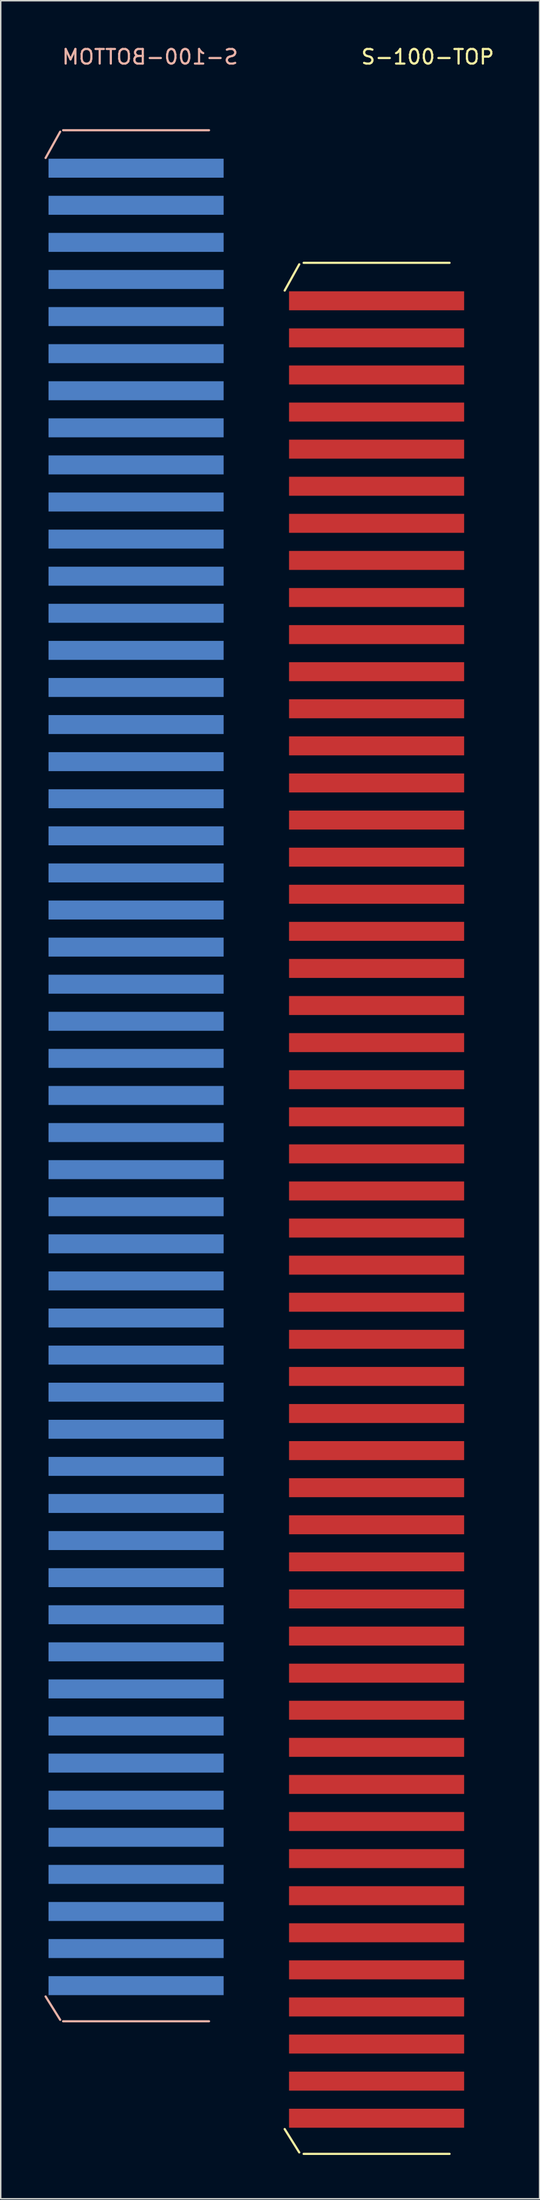
<source format=kicad_pcb>
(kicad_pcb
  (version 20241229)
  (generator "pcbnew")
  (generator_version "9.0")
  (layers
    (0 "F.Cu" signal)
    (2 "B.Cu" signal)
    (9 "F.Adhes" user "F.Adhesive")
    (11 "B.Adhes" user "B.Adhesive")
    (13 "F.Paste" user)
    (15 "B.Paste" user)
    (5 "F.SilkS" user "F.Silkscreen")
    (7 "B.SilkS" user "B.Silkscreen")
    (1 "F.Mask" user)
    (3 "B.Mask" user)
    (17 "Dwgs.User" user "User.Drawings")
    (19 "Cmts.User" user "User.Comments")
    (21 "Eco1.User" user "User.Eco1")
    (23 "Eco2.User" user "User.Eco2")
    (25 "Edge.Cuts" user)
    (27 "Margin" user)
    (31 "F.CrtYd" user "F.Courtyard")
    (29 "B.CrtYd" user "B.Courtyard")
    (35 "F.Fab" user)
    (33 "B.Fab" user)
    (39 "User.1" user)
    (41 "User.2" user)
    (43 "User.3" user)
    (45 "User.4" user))
  (footprint "S-100-TOP"
    (layer "F.Cu")
    (at 22.759 17.548)
    (property "Reference" "S-100-TOP" (at 3.5 -16.7 0) (layer "F.SilkS") (effects (font (size 1 1) (thickness 0.15))))
    (attr through_hole)
    (fp_line (start -5.3 -2.5) (end -6.3 -0.7) (stroke (width 0.15) (type solid)) (layer "F.SilkS"))
    (fp_line (start -5.3 126.8) (end -6.3 125.2) (stroke (width 0.15) (type solid)) (layer "F.SilkS"))
    (fp_line (start -5 -2.6) (end 5 -2.6) (stroke (width 0.15) (type solid)) (layer "F.SilkS"))
    (fp_line (start -5 126.9) (end 5 126.9) (stroke (width 0.15) (type solid)) (layer "F.SilkS"))
    (pad "1" smd rect (at 0 0) (size 12 1.3) (layers "F.Cu" "F.Mask" "F.Paste"))
    (pad "2" smd rect (at 0 2.54) (size 12 1.3) (layers "F.Cu" "F.Mask" "F.Paste"))
    (pad "3" smd rect (at 0 5.08) (size 12 1.3) (layers "F.Cu" "F.Mask" "F.Paste"))
    (pad "4" smd rect (at 0 7.62) (size 12 1.3) (layers "F.Cu" "F.Mask" "F.Paste"))
    (pad "5" smd rect (at 0 10.16) (size 12 1.3) (layers "F.Cu" "F.Mask" "F.Paste"))
    (pad "6" smd rect (at 0 12.7) (size 12 1.3) (layers "F.Cu" "F.Mask" "F.Paste"))
    (pad "7" smd rect (at 0 15.24) (size 12 1.3) (layers "F.Cu" "F.Mask" "F.Paste"))
    (pad "8" smd rect (at 0 17.78) (size 12 1.3) (layers "F.Cu" "F.Mask" "F.Paste"))
    (pad "9" smd rect (at 0 20.32) (size 12 1.3) (layers "F.Cu" "F.Mask" "F.Paste"))
    (pad "10" smd rect (at 0 22.86) (size 12 1.3) (layers "F.Cu" "F.Mask" "F.Paste"))
    (pad "11" smd rect (at 0 25.4) (size 12 1.3) (layers "F.Cu" "F.Mask" "F.Paste"))
    (pad "12" smd rect (at 0 27.94) (size 12 1.3) (layers "F.Cu" "F.Mask" "F.Paste"))
    (pad "13" smd rect (at 0 30.48) (size 12 1.3) (layers "F.Cu" "F.Mask" "F.Paste"))
    (pad "14" smd rect (at 0 33.02) (size 12 1.3) (layers "F.Cu" "F.Mask" "F.Paste"))
    (pad "15" smd rect (at 0 35.56) (size 12 1.3) (layers "F.Cu" "F.Mask" "F.Paste"))
    (pad "16" smd rect (at 0 38.1) (size 12 1.3) (layers "F.Cu" "F.Mask" "F.Paste"))
    (pad "17" smd rect (at 0 40.64) (size 12 1.3) (layers "F.Cu" "F.Mask" "F.Paste"))
    (pad "18" smd rect (at 0 43.18) (size 12 1.3) (layers "F.Cu" "F.Mask" "F.Paste"))
    (pad "19" smd rect (at 0 45.72) (size 12 1.3) (layers "F.Cu" "F.Mask" "F.Paste"))
    (pad "20" smd rect (at 0 48.26) (size 12 1.3) (layers "F.Cu" "F.Mask" "F.Paste"))
    (pad "21" smd rect (at 0 50.8) (size 12 1.3) (layers "F.Cu" "F.Mask" "F.Paste"))
    (pad "22" smd rect (at 0 53.34) (size 12 1.3) (layers "F.Cu" "F.Mask" "F.Paste"))
    (pad "23" smd rect (at 0 55.88) (size 12 1.3) (layers "F.Cu" "F.Mask" "F.Paste"))
    (pad "24" smd rect (at 0 58.42) (size 12 1.3) (layers "F.Cu" "F.Mask" "F.Paste"))
    (pad "25" smd rect (at 0 60.96) (size 12 1.3) (layers "F.Cu" "F.Mask" "F.Paste"))
    (pad "26" smd rect (at 0 63.5) (size 12 1.3) (layers "F.Cu" "F.Mask" "F.Paste"))
    (pad "27" smd rect (at 0 66.04) (size 12 1.3) (layers "F.Cu" "F.Mask" "F.Paste"))
    (pad "28" smd rect (at 0 68.58) (size 12 1.3) (layers "F.Cu" "F.Mask" "F.Paste"))
    (pad "29" smd rect (at 0 71.12) (size 12 1.3) (layers "F.Cu" "F.Mask" "F.Paste"))
    (pad "30" smd rect (at 0 73.66) (size 12 1.3) (layers "F.Cu" "F.Mask" "F.Paste"))
    (pad "31" smd rect (at 0 76.2) (size 12 1.3) (layers "F.Cu" "F.Mask" "F.Paste"))
    (pad "32" smd rect (at 0 78.74) (size 12 1.3) (layers "F.Cu" "F.Mask" "F.Paste"))
    (pad "33" smd rect (at 0 81.28) (size 12 1.3) (layers "F.Cu" "F.Mask" "F.Paste"))
    (pad "34" smd rect (at 0 83.82) (size 12 1.3) (layers "F.Cu" "F.Mask" "F.Paste"))
    (pad "35" smd rect (at 0 86.36) (size 12 1.3) (layers "F.Cu" "F.Mask" "F.Paste"))
    (pad "36" smd rect (at 0 88.9) (size 12 1.3) (layers "F.Cu" "F.Mask" "F.Paste"))
    (pad "37" smd rect (at 0 91.44) (size 12 1.3) (layers "F.Cu" "F.Mask" "F.Paste"))
    (pad "38" smd rect (at 0 93.98) (size 12 1.3) (layers "F.Cu" "F.Mask" "F.Paste"))
    (pad "39" smd rect (at 0 96.52) (size 12 1.3) (layers "F.Cu" "F.Mask" "F.Paste"))
    (pad "40" smd rect (at 0 99.06) (size 12 1.3) (layers "F.Cu" "F.Mask" "F.Paste"))
    (pad "41" smd rect (at 0 101.6) (size 12 1.3) (layers "F.Cu" "F.Mask" "F.Paste"))
    (pad "42" smd rect (at 0 104.14) (size 12 1.3) (layers "F.Cu" "F.Mask" "F.Paste"))
    (pad "43" smd rect (at 0 106.68) (size 12 1.3) (layers "F.Cu" "F.Mask" "F.Paste"))
    (pad "44" smd rect (at 0 109.22) (size 12 1.3) (layers "F.Cu" "F.Mask" "F.Paste"))
    (pad "45" smd rect (at 0 111.76) (size 12 1.3) (layers "F.Cu" "F.Mask" "F.Paste"))
    (pad "46" smd rect (at 0 114.3) (size 12 1.3) (layers "F.Cu" "F.Mask" "F.Paste"))
    (pad "47" smd rect (at 0 116.84) (size 12 1.3) (layers "F.Cu" "F.Mask" "F.Paste"))
    (pad "48" smd rect (at 0 119.38) (size 12 1.3) (layers "F.Cu" "F.Mask" "F.Paste"))
    (pad "49" smd rect (at 0 121.92) (size 12 1.3) (layers "F.Cu" "F.Mask" "F.Paste"))
    (pad "50" smd rect (at 0 124.46) (size 12 1.3) (layers "F.Cu" "F.Mask" "F.Paste")))
  (footprint "S-100-BOTTOM"
    (layer "F.Cu")
    (at 6.275 8.468)
    (property "Reference" "S-100-BOTTOM" (at 0.96 -7.62 0) (layer "B.SilkS") (effects (font (size 1 1) (thickness 0.15)) (justify mirror)))
    (attr through_hole)
    (fp_line (start -5.2 -2.5) (end -6.2 -0.7) (stroke (width 0.15) (type solid)) (layer "B.SilkS"))
    (fp_line (start -5.2 126.8) (end -6.2 125.2) (stroke (width 0.15) (type solid)) (layer "B.SilkS"))
    (fp_line (start -5 -2.6) (end 5 -2.6) (stroke (width 0.15) (type solid)) (layer "B.SilkS"))
    (fp_line (start -5 126.9) (end 5 126.9) (stroke (width 0.15) (type solid)) (layer "B.SilkS"))
    (pad "51" smd rect (at 0 0) (size 12 1.3) (layers "B.Cu" "B.Mask" "B.Paste"))
    (pad "52" smd rect (at 0 2.54) (size 12 1.3) (layers "B.Cu" "B.Mask" "B.Paste"))
    (pad "53" smd rect (at 0 5.08) (size 12 1.3) (layers "B.Cu" "B.Mask" "B.Paste"))
    (pad "54" smd rect (at 0 7.62) (size 12 1.3) (layers "B.Cu" "B.Mask" "B.Paste"))
    (pad "55" smd rect (at 0 10.16) (size 12 1.3) (layers "B.Cu" "B.Mask" "B.Paste"))
    (pad "56" smd rect (at 0 12.7) (size 12 1.3) (layers "B.Cu" "B.Mask" "B.Paste"))
    (pad "57" smd rect (at 0 15.24) (size 12 1.3) (layers "B.Cu" "B.Mask" "B.Paste"))
    (pad "58" smd rect (at 0 17.78) (size 12 1.3) (layers "B.Cu" "B.Mask" "B.Paste"))
    (pad "59" smd rect (at 0 20.32) (size 12 1.3) (layers "B.Cu" "B.Mask" "B.Paste"))
    (pad "60" smd rect (at 0 22.86) (size 12 1.3) (layers "B.Cu" "B.Mask" "B.Paste"))
    (pad "61" smd rect (at 0 25.4) (size 12 1.3) (layers "B.Cu" "B.Mask" "B.Paste"))
    (pad "62" smd rect (at 0 27.94) (size 12 1.3) (layers "B.Cu" "B.Mask" "B.Paste"))
    (pad "63" smd rect (at 0 30.48) (size 12 1.3) (layers "B.Cu" "B.Mask" "B.Paste"))
    (pad "64" smd rect (at 0 33.02) (size 12 1.3) (layers "B.Cu" "B.Mask" "B.Paste"))
    (pad "65" smd rect (at 0 35.56) (size 12 1.3) (layers "B.Cu" "B.Mask" "B.Paste"))
    (pad "66" smd rect (at 0 38.1) (size 12 1.3) (layers "B.Cu" "B.Mask" "B.Paste"))
    (pad "67" smd rect (at 0 40.64) (size 12 1.3) (layers "B.Cu" "B.Mask" "B.Paste"))
    (pad "68" smd rect (at 0 43.18) (size 12 1.3) (layers "B.Cu" "B.Mask" "B.Paste"))
    (pad "69" smd rect (at 0 45.72) (size 12 1.3) (layers "B.Cu" "B.Mask" "B.Paste"))
    (pad "70" smd rect (at 0 48.26) (size 12 1.3) (layers "B.Cu" "B.Mask" "B.Paste"))
    (pad "71" smd rect (at 0 50.8) (size 12 1.3) (layers "B.Cu" "B.Mask" "B.Paste"))
    (pad "72" smd rect (at 0 53.34) (size 12 1.3) (layers "B.Cu" "B.Mask" "B.Paste"))
    (pad "73" smd rect (at 0 55.88) (size 12 1.3) (layers "B.Cu" "B.Mask" "B.Paste"))
    (pad "74" smd rect (at 0 58.42) (size 12 1.3) (layers "B.Cu" "B.Mask" "B.Paste"))
    (pad "75" smd rect (at 0 60.96) (size 12 1.3) (layers "B.Cu" "B.Mask" "B.Paste"))
    (pad "76" smd rect (at 0 63.5) (size 12 1.3) (layers "B.Cu" "B.Mask" "B.Paste"))
    (pad "77" smd rect (at 0 66.04) (size 12 1.3) (layers "B.Cu" "B.Mask" "B.Paste"))
    (pad "78" smd rect (at 0 68.58) (size 12 1.3) (layers "B.Cu" "B.Mask" "B.Paste"))
    (pad "79" smd rect (at 0 71.12) (size 12 1.3) (layers "B.Cu" "B.Mask" "B.Paste"))
    (pad "80" smd rect (at 0 73.66) (size 12 1.3) (layers "B.Cu" "B.Mask" "B.Paste"))
    (pad "81" smd rect (at 0 76.2) (size 12 1.3) (layers "B.Cu" "B.Mask" "B.Paste"))
    (pad "82" smd rect (at 0 78.74) (size 12 1.3) (layers "B.Cu" "B.Mask" "B.Paste"))
    (pad "83" smd rect (at 0 81.28) (size 12 1.3) (layers "B.Cu" "B.Mask" "B.Paste"))
    (pad "84" smd rect (at 0 83.82) (size 12 1.3) (layers "B.Cu" "B.Mask" "B.Paste"))
    (pad "85" smd rect (at 0 86.36) (size 12 1.3) (layers "B.Cu" "B.Mask" "B.Paste"))
    (pad "86" smd rect (at 0 88.9) (size 12 1.3) (layers "B.Cu" "B.Mask" "B.Paste"))
    (pad "87" smd rect (at 0 91.44) (size 12 1.3) (layers "B.Cu" "B.Mask" "B.Paste"))
    (pad "88" smd rect (at 0 93.98) (size 12 1.3) (layers "B.Cu" "B.Mask" "B.Paste"))
    (pad "89" smd rect (at 0 96.52) (size 12 1.3) (layers "B.Cu" "B.Mask" "B.Paste"))
    (pad "90" smd rect (at 0 99.06) (size 12 1.3) (layers "B.Cu" "B.Mask" "B.Paste"))
    (pad "91" smd rect (at 0 101.6) (size 12 1.3) (layers "B.Cu" "B.Mask" "B.Paste"))
    (pad "92" smd rect (at 0 104.14) (size 12 1.3) (layers "B.Cu" "B.Mask" "B.Paste"))
    (pad "93" smd rect (at 0 106.68) (size 12 1.3) (layers "B.Cu" "B.Mask" "B.Paste"))
    (pad "94" smd rect (at 0 109.22) (size 12 1.3) (layers "B.Cu" "B.Mask" "B.Paste"))
    (pad "95" smd rect (at 0 111.76) (size 12 1.3) (layers "B.Cu" "B.Mask" "B.Paste"))
    (pad "96" smd rect (at 0 114.3) (size 12 1.3) (layers "B.Cu" "B.Mask" "B.Paste"))
    (pad "97" smd rect (at 0 116.84) (size 12 1.3) (layers "B.Cu" "B.Mask" "B.Paste"))
    (pad "98" smd rect (at 0 119.38) (size 12 1.3) (layers "B.Cu" "B.Mask" "B.Paste"))
    (pad "99" smd rect (at 0 121.92) (size 12 1.3) (layers "B.Cu" "B.Mask" "B.Paste"))
    (pad "100" smd rect (at 0 124.46) (size 12 1.3) (layers "B.Cu" "B.Mask" "B.Paste")))
  (gr_rect
    (start -3 -3)
    (end 33.931 147.523)
    (stroke (width 0.1) (type default))
    (fill no)
    (layer "Edge.Cuts")))
</source>
